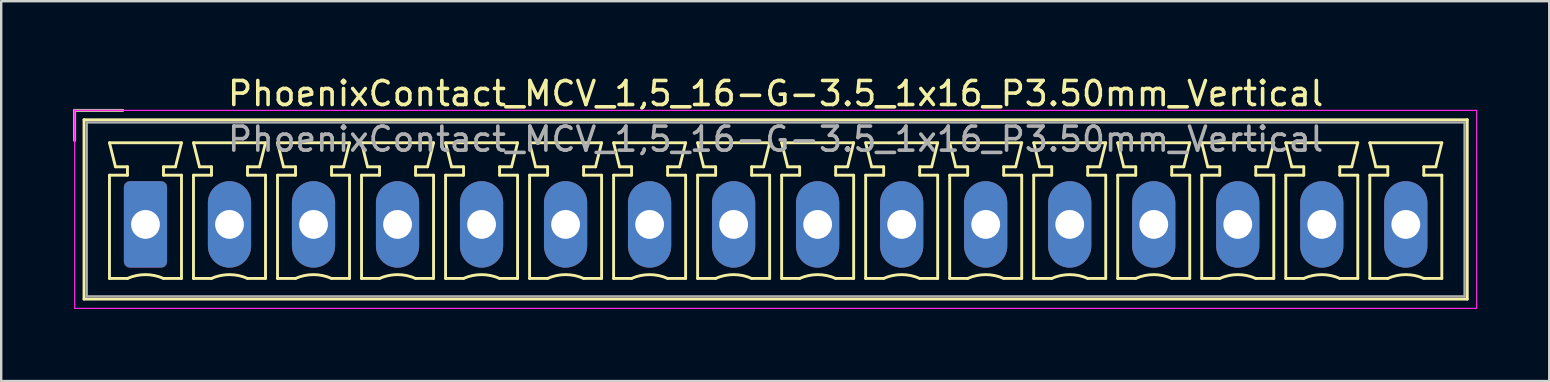
<source format=kicad_pcb>
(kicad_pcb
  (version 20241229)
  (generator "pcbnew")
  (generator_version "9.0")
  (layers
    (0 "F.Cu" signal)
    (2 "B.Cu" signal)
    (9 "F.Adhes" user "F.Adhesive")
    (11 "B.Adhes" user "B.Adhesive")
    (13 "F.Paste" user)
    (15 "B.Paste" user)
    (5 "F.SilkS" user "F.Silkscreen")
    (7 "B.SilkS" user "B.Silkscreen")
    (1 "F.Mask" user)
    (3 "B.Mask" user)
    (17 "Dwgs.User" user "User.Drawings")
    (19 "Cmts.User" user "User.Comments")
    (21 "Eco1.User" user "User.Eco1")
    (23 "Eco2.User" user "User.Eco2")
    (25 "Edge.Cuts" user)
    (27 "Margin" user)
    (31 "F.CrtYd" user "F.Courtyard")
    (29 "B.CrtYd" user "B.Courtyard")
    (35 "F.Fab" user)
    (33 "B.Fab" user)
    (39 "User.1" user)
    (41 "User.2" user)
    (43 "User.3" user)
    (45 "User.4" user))
  (footprint "PhoenixContact_MCV_1,5_16-G-3.5_1x16_P3.50mm_Vertical"
    (layer "F.Cu")
    (at 3.01 6.298)
    (property "Reference" "PhoenixContact_MCV_1,5_16-G-3.5_1x16_P3.50mm_Vertical" (at 26.25 -5.45 0) (layer "F.SilkS") (effects (font (size 1 1) (thickness 0.15))))
    (attr through_hole)
    (fp_line (start -2.95 -4.75) (end -0.95 -4.75) (stroke (width 0.12) (type solid)) (layer "F.SilkS"))
    (fp_line (start -2.95 -3.5) (end -2.95 -4.75) (stroke (width 0.12) (type solid)) (layer "F.SilkS"))
    (fp_line (start -2.56 -4.36) (end -2.56 3.11) (stroke (width 0.12) (type solid)) (layer "F.SilkS"))
    (fp_line (start -2.56 3.11) (end 55.06 3.11) (stroke (width 0.12) (type solid)) (layer "F.SilkS"))
    (fp_line (start -1.5 -3.4) (end 1.5 -3.4) (stroke (width 0.12) (type solid)) (layer "F.SilkS"))
    (fp_line (start -1.5 -2.05) (end -0.75 -2.05) (stroke (width 0.12) (type solid)) (layer "F.SilkS"))
    (fp_line (start -1.5 2.25) (end -1.5 -2.05) (stroke (width 0.12) (type solid)) (layer "F.SilkS"))
    (fp_line (start -1.25 -2.4) (end -1.5 -3.4) (stroke (width 0.12) (type solid)) (layer "F.SilkS"))
    (fp_line (start -0.75 -2.4) (end -1.25 -2.4) (stroke (width 0.12) (type solid)) (layer "F.SilkS"))
    (fp_line (start -0.75 -2.05) (end -0.75 -2.4) (stroke (width 0.12) (type solid)) (layer "F.SilkS"))
    (fp_line (start -0.75 2.25) (end -1.5 2.25) (stroke (width 0.12) (type solid)) (layer "F.SilkS"))
    (fp_line (start 0.75 -2.4) (end 0.75 -2.05) (stroke (width 0.12) (type solid)) (layer "F.SilkS"))
    (fp_line (start 0.75 -2.05) (end 1.5 -2.05) (stroke (width 0.12) (type solid)) (layer "F.SilkS"))
    (fp_line (start 1.25 -2.4) (end 0.75 -2.4) (stroke (width 0.12) (type solid)) (layer "F.SilkS"))
    (fp_line (start 1.5 -3.4) (end 1.25 -2.4) (stroke (width 0.12) (type solid)) (layer "F.SilkS"))
    (fp_line (start 1.5 -2.05) (end 1.5 2.25) (stroke (width 0.12) (type solid)) (layer "F.SilkS"))
    (fp_line (start 1.5 2.25) (end 0.75 2.25) (stroke (width 0.12) (type solid)) (layer "F.SilkS"))
    (fp_line (start 2 -3.4) (end 5 -3.4) (stroke (width 0.12) (type solid)) (layer "F.SilkS"))
    (fp_line (start 2 -2.05) (end 2.75 -2.05) (stroke (width 0.12) (type solid)) (layer "F.SilkS"))
    (fp_line (start 2 2.25) (end 2 -2.05) (stroke (width 0.12) (type solid)) (layer "F.SilkS"))
    (fp_line (start 2.25 -2.4) (end 2 -3.4) (stroke (width 0.12) (type solid)) (layer "F.SilkS"))
    (fp_line (start 2.75 -2.4) (end 2.25 -2.4) (stroke (width 0.12) (type solid)) (layer "F.SilkS"))
    (fp_line (start 2.75 -2.05) (end 2.75 -2.4) (stroke (width 0.12) (type solid)) (layer "F.SilkS"))
    (fp_line (start 2.75 2.25) (end 2 2.25) (stroke (width 0.12) (type solid)) (layer "F.SilkS"))
    (fp_line (start 4.25 -2.4) (end 4.25 -2.05) (stroke (width 0.12) (type solid)) (layer "F.SilkS"))
    (fp_line (start 4.25 -2.05) (end 5 -2.05) (stroke (width 0.12) (type solid)) (layer "F.SilkS"))
    (fp_line (start 4.75 -2.4) (end 4.25 -2.4) (stroke (width 0.12) (type solid)) (layer "F.SilkS"))
    (fp_line (start 5 -3.4) (end 4.75 -2.4) (stroke (width 0.12) (type solid)) (layer "F.SilkS"))
    (fp_line (start 5 -2.05) (end 5 2.25) (stroke (width 0.12) (type solid)) (layer "F.SilkS"))
    (fp_line (start 5 2.25) (end 4.25 2.25) (stroke (width 0.12) (type solid)) (layer "F.SilkS"))
    (fp_line (start 5.5 -3.4) (end 8.5 -3.4) (stroke (width 0.12) (type solid)) (layer "F.SilkS"))
    (fp_line (start 5.5 -2.05) (end 6.25 -2.05) (stroke (width 0.12) (type solid)) (layer "F.SilkS"))
    (fp_line (start 5.5 2.25) (end 5.5 -2.05) (stroke (width 0.12) (type solid)) (layer "F.SilkS"))
    (fp_line (start 5.75 -2.4) (end 5.5 -3.4) (stroke (width 0.12) (type solid)) (layer "F.SilkS"))
    (fp_line (start 6.25 -2.4) (end 5.75 -2.4) (stroke (width 0.12) (type solid)) (layer "F.SilkS"))
    (fp_line (start 6.25 -2.05) (end 6.25 -2.4) (stroke (width 0.12) (type solid)) (layer "F.SilkS"))
    (fp_line (start 6.25 2.25) (end 5.5 2.25) (stroke (width 0.12) (type solid)) (layer "F.SilkS"))
    (fp_line (start 7.75 -2.4) (end 7.75 -2.05) (stroke (width 0.12) (type solid)) (layer "F.SilkS"))
    (fp_line (start 7.75 -2.05) (end 8.5 -2.05) (stroke (width 0.12) (type solid)) (layer "F.SilkS"))
    (fp_line (start 8.25 -2.4) (end 7.75 -2.4) (stroke (width 0.12) (type solid)) (layer "F.SilkS"))
    (fp_line (start 8.5 -3.4) (end 8.25 -2.4) (stroke (width 0.12) (type solid)) (layer "F.SilkS"))
    (fp_line (start 8.5 -2.05) (end 8.5 2.25) (stroke (width 0.12) (type solid)) (layer "F.SilkS"))
    (fp_line (start 8.5 2.25) (end 7.75 2.25) (stroke (width 0.12) (type solid)) (layer "F.SilkS"))
    (fp_line (start 9 -3.4) (end 12 -3.4) (stroke (width 0.12) (type solid)) (layer "F.SilkS"))
    (fp_line (start 9 -2.05) (end 9.75 -2.05) (stroke (width 0.12) (type solid)) (layer "F.SilkS"))
    (fp_line (start 9 2.25) (end 9 -2.05) (stroke (width 0.12) (type solid)) (layer "F.SilkS"))
    (fp_line (start 9.25 -2.4) (end 9 -3.4) (stroke (width 0.12) (type solid)) (layer "F.SilkS"))
    (fp_line (start 9.75 -2.4) (end 9.25 -2.4) (stroke (width 0.12) (type solid)) (layer "F.SilkS"))
    (fp_line (start 9.75 -2.05) (end 9.75 -2.4) (stroke (width 0.12) (type solid)) (layer "F.SilkS"))
    (fp_line (start 9.75 2.25) (end 9 2.25) (stroke (width 0.12) (type solid)) (layer "F.SilkS"))
    (fp_line (start 11.25 -2.4) (end 11.25 -2.05) (stroke (width 0.12) (type solid)) (layer "F.SilkS"))
    (fp_line (start 11.25 -2.05) (end 12 -2.05) (stroke (width 0.12) (type solid)) (layer "F.SilkS"))
    (fp_line (start 11.75 -2.4) (end 11.25 -2.4) (stroke (width 0.12) (type solid)) (layer "F.SilkS"))
    (fp_line (start 12 -3.4) (end 11.75 -2.4) (stroke (width 0.12) (type solid)) (layer "F.SilkS"))
    (fp_line (start 12 -2.05) (end 12 2.25) (stroke (width 0.12) (type solid)) (layer "F.SilkS"))
    (fp_line (start 12 2.25) (end 11.25 2.25) (stroke (width 0.12) (type solid)) (layer "F.SilkS"))
    (fp_line (start 12.5 -3.4) (end 15.5 -3.4) (stroke (width 0.12) (type solid)) (layer "F.SilkS"))
    (fp_line (start 12.5 -2.05) (end 13.25 -2.05) (stroke (width 0.12) (type solid)) (layer "F.SilkS"))
    (fp_line (start 12.5 2.25) (end 12.5 -2.05) (stroke (width 0.12) (type solid)) (layer "F.SilkS"))
    (fp_line (start 12.75 -2.4) (end 12.5 -3.4) (stroke (width 0.12) (type solid)) (layer "F.SilkS"))
    (fp_line (start 13.25 -2.4) (end 12.75 -2.4) (stroke (width 0.12) (type solid)) (layer "F.SilkS"))
    (fp_line (start 13.25 -2.05) (end 13.25 -2.4) (stroke (width 0.12) (type solid)) (layer "F.SilkS"))
    (fp_line (start 13.25 2.25) (end 12.5 2.25) (stroke (width 0.12) (type solid)) (layer "F.SilkS"))
    (fp_line (start 14.75 -2.4) (end 14.75 -2.05) (stroke (width 0.12) (type solid)) (layer "F.SilkS"))
    (fp_line (start 14.75 -2.05) (end 15.5 -2.05) (stroke (width 0.12) (type solid)) (layer "F.SilkS"))
    (fp_line (start 15.25 -2.4) (end 14.75 -2.4) (stroke (width 0.12) (type solid)) (layer "F.SilkS"))
    (fp_line (start 15.5 -3.4) (end 15.25 -2.4) (stroke (width 0.12) (type solid)) (layer "F.SilkS"))
    (fp_line (start 15.5 -2.05) (end 15.5 2.25) (stroke (width 0.12) (type solid)) (layer "F.SilkS"))
    (fp_line (start 15.5 2.25) (end 14.75 2.25) (stroke (width 0.12) (type solid)) (layer "F.SilkS"))
    (fp_line (start 16 -3.4) (end 19 -3.4) (stroke (width 0.12) (type solid)) (layer "F.SilkS"))
    (fp_line (start 16 -2.05) (end 16.75 -2.05) (stroke (width 0.12) (type solid)) (layer "F.SilkS"))
    (fp_line (start 16 2.25) (end 16 -2.05) (stroke (width 0.12) (type solid)) (layer "F.SilkS"))
    (fp_line (start 16.25 -2.4) (end 16 -3.4) (stroke (width 0.12) (type solid)) (layer "F.SilkS"))
    (fp_line (start 16.75 -2.4) (end 16.25 -2.4) (stroke (width 0.12) (type solid)) (layer "F.SilkS"))
    (fp_line (start 16.75 -2.05) (end 16.75 -2.4) (stroke (width 0.12) (type solid)) (layer "F.SilkS"))
    (fp_line (start 16.75 2.25) (end 16 2.25) (stroke (width 0.12) (type solid)) (layer "F.SilkS"))
    (fp_line (start 18.25 -2.4) (end 18.25 -2.05) (stroke (width 0.12) (type solid)) (layer "F.SilkS"))
    (fp_line (start 18.25 -2.05) (end 19 -2.05) (stroke (width 0.12) (type solid)) (layer "F.SilkS"))
    (fp_line (start 18.75 -2.4) (end 18.25 -2.4) (stroke (width 0.12) (type solid)) (layer "F.SilkS"))
    (fp_line (start 19 -3.4) (end 18.75 -2.4) (stroke (width 0.12) (type solid)) (layer "F.SilkS"))
    (fp_line (start 19 -2.05) (end 19 2.25) (stroke (width 0.12) (type solid)) (layer "F.SilkS"))
    (fp_line (start 19 2.25) (end 18.25 2.25) (stroke (width 0.12) (type solid)) (layer "F.SilkS"))
    (fp_line (start 19.5 -3.4) (end 22.5 -3.4) (stroke (width 0.12) (type solid)) (layer "F.SilkS"))
    (fp_line (start 19.5 -2.05) (end 20.25 -2.05) (stroke (width 0.12) (type solid)) (layer "F.SilkS"))
    (fp_line (start 19.5 2.25) (end 19.5 -2.05) (stroke (width 0.12) (type solid)) (layer "F.SilkS"))
    (fp_line (start 19.75 -2.4) (end 19.5 -3.4) (stroke (width 0.12) (type solid)) (layer "F.SilkS"))
    (fp_line (start 20.25 -2.4) (end 19.75 -2.4) (stroke (width 0.12) (type solid)) (layer "F.SilkS"))
    (fp_line (start 20.25 -2.05) (end 20.25 -2.4) (stroke (width 0.12) (type solid)) (layer "F.SilkS"))
    (fp_line (start 20.25 2.25) (end 19.5 2.25) (stroke (width 0.12) (type solid)) (layer "F.SilkS"))
    (fp_line (start 21.75 -2.4) (end 21.75 -2.05) (stroke (width 0.12) (type solid)) (layer "F.SilkS"))
    (fp_line (start 21.75 -2.05) (end 22.5 -2.05) (stroke (width 0.12) (type solid)) (layer "F.SilkS"))
    (fp_line (start 22.25 -2.4) (end 21.75 -2.4) (stroke (width 0.12) (type solid)) (layer "F.SilkS"))
    (fp_line (start 22.5 -3.4) (end 22.25 -2.4) (stroke (width 0.12) (type solid)) (layer "F.SilkS"))
    (fp_line (start 22.5 -2.05) (end 22.5 2.25) (stroke (width 0.12) (type solid)) (layer "F.SilkS"))
    (fp_line (start 22.5 2.25) (end 21.75 2.25) (stroke (width 0.12) (type solid)) (layer "F.SilkS"))
    (fp_line (start 23 -3.4) (end 26 -3.4) (stroke (width 0.12) (type solid)) (layer "F.SilkS"))
    (fp_line (start 23 -2.05) (end 23.75 -2.05) (stroke (width 0.12) (type solid)) (layer "F.SilkS"))
    (fp_line (start 23 2.25) (end 23 -2.05) (stroke (width 0.12) (type solid)) (layer "F.SilkS"))
    (fp_line (start 23.25 -2.4) (end 23 -3.4) (stroke (width 0.12) (type solid)) (layer "F.SilkS"))
    (fp_line (start 23.75 -2.4) (end 23.25 -2.4) (stroke (width 0.12) (type solid)) (layer "F.SilkS"))
    (fp_line (start 23.75 -2.05) (end 23.75 -2.4) (stroke (width 0.12) (type solid)) (layer "F.SilkS"))
    (fp_line (start 23.75 2.25) (end 23 2.25) (stroke (width 0.12) (type solid)) (layer "F.SilkS"))
    (fp_line (start 25.25 -2.4) (end 25.25 -2.05) (stroke (width 0.12) (type solid)) (layer "F.SilkS"))
    (fp_line (start 25.25 -2.05) (end 26 -2.05) (stroke (width 0.12) (type solid)) (layer "F.SilkS"))
    (fp_line (start 25.75 -2.4) (end 25.25 -2.4) (stroke (width 0.12) (type solid)) (layer "F.SilkS"))
    (fp_line (start 26 -3.4) (end 25.75 -2.4) (stroke (width 0.12) (type solid)) (layer "F.SilkS"))
    (fp_line (start 26 -2.05) (end 26 2.25) (stroke (width 0.12) (type solid)) (layer "F.SilkS"))
    (fp_line (start 26 2.25) (end 25.25 2.25) (stroke (width 0.12) (type solid)) (layer "F.SilkS"))
    (fp_line (start 26.5 -3.4) (end 29.5 -3.4) (stroke (width 0.12) (type solid)) (layer "F.SilkS"))
    (fp_line (start 26.5 -2.05) (end 27.25 -2.05) (stroke (width 0.12) (type solid)) (layer "F.SilkS"))
    (fp_line (start 26.5 2.25) (end 26.5 -2.05) (stroke (width 0.12) (type solid)) (layer "F.SilkS"))
    (fp_line (start 26.75 -2.4) (end 26.5 -3.4) (stroke (width 0.12) (type solid)) (layer "F.SilkS"))
    (fp_line (start 27.25 -2.4) (end 26.75 -2.4) (stroke (width 0.12) (type solid)) (layer "F.SilkS"))
    (fp_line (start 27.25 -2.05) (end 27.25 -2.4) (stroke (width 0.12) (type solid)) (layer "F.SilkS"))
    (fp_line (start 27.25 2.25) (end 26.5 2.25) (stroke (width 0.12) (type solid)) (layer "F.SilkS"))
    (fp_line (start 28.75 -2.4) (end 28.75 -2.05) (stroke (width 0.12) (type solid)) (layer "F.SilkS"))
    (fp_line (start 28.75 -2.05) (end 29.5 -2.05) (stroke (width 0.12) (type solid)) (layer "F.SilkS"))
    (fp_line (start 29.25 -2.4) (end 28.75 -2.4) (stroke (width 0.12) (type solid)) (layer "F.SilkS"))
    (fp_line (start 29.5 -3.4) (end 29.25 -2.4) (stroke (width 0.12) (type solid)) (layer "F.SilkS"))
    (fp_line (start 29.5 -2.05) (end 29.5 2.25) (stroke (width 0.12) (type solid)) (layer "F.SilkS"))
    (fp_line (start 29.5 2.25) (end 28.75 2.25) (stroke (width 0.12) (type solid)) (layer "F.SilkS"))
    (fp_line (start 30 -3.4) (end 33 -3.4) (stroke (width 0.12) (type solid)) (layer "F.SilkS"))
    (fp_line (start 30 -2.05) (end 30.75 -2.05) (stroke (width 0.12) (type solid)) (layer "F.SilkS"))
    (fp_line (start 30 2.25) (end 30 -2.05) (stroke (width 0.12) (type solid)) (layer "F.SilkS"))
    (fp_line (start 30.25 -2.4) (end 30 -3.4) (stroke (width 0.12) (type solid)) (layer "F.SilkS"))
    (fp_line (start 30.75 -2.4) (end 30.25 -2.4) (stroke (width 0.12) (type solid)) (layer "F.SilkS"))
    (fp_line (start 30.75 -2.05) (end 30.75 -2.4) (stroke (width 0.12) (type solid)) (layer "F.SilkS"))
    (fp_line (start 30.75 2.25) (end 30 2.25) (stroke (width 0.12) (type solid)) (layer "F.SilkS"))
    (fp_line (start 32.25 -2.4) (end 32.25 -2.05) (stroke (width 0.12) (type solid)) (layer "F.SilkS"))
    (fp_line (start 32.25 -2.05) (end 33 -2.05) (stroke (width 0.12) (type solid)) (layer "F.SilkS"))
    (fp_line (start 32.75 -2.4) (end 32.25 -2.4) (stroke (width 0.12) (type solid)) (layer "F.SilkS"))
    (fp_line (start 33 -3.4) (end 32.75 -2.4) (stroke (width 0.12) (type solid)) (layer "F.SilkS"))
    (fp_line (start 33 -2.05) (end 33 2.25) (stroke (width 0.12) (type solid)) (layer "F.SilkS"))
    (fp_line (start 33 2.25) (end 32.25 2.25) (stroke (width 0.12) (type solid)) (layer "F.SilkS"))
    (fp_line (start 33.5 -3.4) (end 36.5 -3.4) (stroke (width 0.12) (type solid)) (layer "F.SilkS"))
    (fp_line (start 33.5 -2.05) (end 34.25 -2.05) (stroke (width 0.12) (type solid)) (layer "F.SilkS"))
    (fp_line (start 33.5 2.25) (end 33.5 -2.05) (stroke (width 0.12) (type solid)) (layer "F.SilkS"))
    (fp_line (start 33.75 -2.4) (end 33.5 -3.4) (stroke (width 0.12) (type solid)) (layer "F.SilkS"))
    (fp_line (start 34.25 -2.4) (end 33.75 -2.4) (stroke (width 0.12) (type solid)) (layer "F.SilkS"))
    (fp_line (start 34.25 -2.05) (end 34.25 -2.4) (stroke (width 0.12) (type solid)) (layer "F.SilkS"))
    (fp_line (start 34.25 2.25) (end 33.5 2.25) (stroke (width 0.12) (type solid)) (layer "F.SilkS"))
    (fp_line (start 35.75 -2.4) (end 35.75 -2.05) (stroke (width 0.12) (type solid)) (layer "F.SilkS"))
    (fp_line (start 35.75 -2.05) (end 36.5 -2.05) (stroke (width 0.12) (type solid)) (layer "F.SilkS"))
    (fp_line (start 36.25 -2.4) (end 35.75 -2.4) (stroke (width 0.12) (type solid)) (layer "F.SilkS"))
    (fp_line (start 36.5 -3.4) (end 36.25 -2.4) (stroke (width 0.12) (type solid)) (layer "F.SilkS"))
    (fp_line (start 36.5 -2.05) (end 36.5 2.25) (stroke (width 0.12) (type solid)) (layer "F.SilkS"))
    (fp_line (start 36.5 2.25) (end 35.75 2.25) (stroke (width 0.12) (type solid)) (layer "F.SilkS"))
    (fp_line (start 37 -3.4) (end 40 -3.4) (stroke (width 0.12) (type solid)) (layer "F.SilkS"))
    (fp_line (start 37 -2.05) (end 37.75 -2.05) (stroke (width 0.12) (type solid)) (layer "F.SilkS"))
    (fp_line (start 37 2.25) (end 37 -2.05) (stroke (width 0.12) (type solid)) (layer "F.SilkS"))
    (fp_line (start 37.25 -2.4) (end 37 -3.4) (stroke (width 0.12) (type solid)) (layer "F.SilkS"))
    (fp_line (start 37.75 -2.4) (end 37.25 -2.4) (stroke (width 0.12) (type solid)) (layer "F.SilkS"))
    (fp_line (start 37.75 -2.05) (end 37.75 -2.4) (stroke (width 0.12) (type solid)) (layer "F.SilkS"))
    (fp_line (start 37.75 2.25) (end 37 2.25) (stroke (width 0.12) (type solid)) (layer "F.SilkS"))
    (fp_line (start 39.25 -2.4) (end 39.25 -2.05) (stroke (width 0.12) (type solid)) (layer "F.SilkS"))
    (fp_line (start 39.25 -2.05) (end 40 -2.05) (stroke (width 0.12) (type solid)) (layer "F.SilkS"))
    (fp_line (start 39.75 -2.4) (end 39.25 -2.4) (stroke (width 0.12) (type solid)) (layer "F.SilkS"))
    (fp_line (start 40 -3.4) (end 39.75 -2.4) (stroke (width 0.12) (type solid)) (layer "F.SilkS"))
    (fp_line (start 40 -2.05) (end 40 2.25) (stroke (width 0.12) (type solid)) (layer "F.SilkS"))
    (fp_line (start 40 2.25) (end 39.25 2.25) (stroke (width 0.12) (type solid)) (layer "F.SilkS"))
    (fp_line (start 40.5 -3.4) (end 43.5 -3.4) (stroke (width 0.12) (type solid)) (layer "F.SilkS"))
    (fp_line (start 40.5 -2.05) (end 41.25 -2.05) (stroke (width 0.12) (type solid)) (layer "F.SilkS"))
    (fp_line (start 40.5 2.25) (end 40.5 -2.05) (stroke (width 0.12) (type solid)) (layer "F.SilkS"))
    (fp_line (start 40.75 -2.4) (end 40.5 -3.4) (stroke (width 0.12) (type solid)) (layer "F.SilkS"))
    (fp_line (start 41.25 -2.4) (end 40.75 -2.4) (stroke (width 0.12) (type solid)) (layer "F.SilkS"))
    (fp_line (start 41.25 -2.05) (end 41.25 -2.4) (stroke (width 0.12) (type solid)) (layer "F.SilkS"))
    (fp_line (start 41.25 2.25) (end 40.5 2.25) (stroke (width 0.12) (type solid)) (layer "F.SilkS"))
    (fp_line (start 42.75 -2.4) (end 42.75 -2.05) (stroke (width 0.12) (type solid)) (layer "F.SilkS"))
    (fp_line (start 42.75 -2.05) (end 43.5 -2.05) (stroke (width 0.12) (type solid)) (layer "F.SilkS"))
    (fp_line (start 43.25 -2.4) (end 42.75 -2.4) (stroke (width 0.12) (type solid)) (layer "F.SilkS"))
    (fp_line (start 43.5 -3.4) (end 43.25 -2.4) (stroke (width 0.12) (type solid)) (layer "F.SilkS"))
    (fp_line (start 43.5 -2.05) (end 43.5 2.25) (stroke (width 0.12) (type solid)) (layer "F.SilkS"))
    (fp_line (start 43.5 2.25) (end 42.75 2.25) (stroke (width 0.12) (type solid)) (layer "F.SilkS"))
    (fp_line (start 44 -3.4) (end 47 -3.4) (stroke (width 0.12) (type solid)) (layer "F.SilkS"))
    (fp_line (start 44 -2.05) (end 44.75 -2.05) (stroke (width 0.12) (type solid)) (layer "F.SilkS"))
    (fp_line (start 44 2.25) (end 44 -2.05) (stroke (width 0.12) (type solid)) (layer "F.SilkS"))
    (fp_line (start 44.25 -2.4) (end 44 -3.4) (stroke (width 0.12) (type solid)) (layer "F.SilkS"))
    (fp_line (start 44.75 -2.4) (end 44.25 -2.4) (stroke (width 0.12) (type solid)) (layer "F.SilkS"))
    (fp_line (start 44.75 -2.05) (end 44.75 -2.4) (stroke (width 0.12) (type solid)) (layer "F.SilkS"))
    (fp_line (start 44.75 2.25) (end 44 2.25) (stroke (width 0.12) (type solid)) (layer "F.SilkS"))
    (fp_line (start 46.25 -2.4) (end 46.25 -2.05) (stroke (width 0.12) (type solid)) (layer "F.SilkS"))
    (fp_line (start 46.25 -2.05) (end 47 -2.05) (stroke (width 0.12) (type solid)) (layer "F.SilkS"))
    (fp_line (start 46.75 -2.4) (end 46.25 -2.4) (stroke (width 0.12) (type solid)) (layer "F.SilkS"))
    (fp_line (start 47 -3.4) (end 46.75 -2.4) (stroke (width 0.12) (type solid)) (layer "F.SilkS"))
    (fp_line (start 47 -2.05) (end 47 2.25) (stroke (width 0.12) (type solid)) (layer "F.SilkS"))
    (fp_line (start 47 2.25) (end 46.25 2.25) (stroke (width 0.12) (type solid)) (layer "F.SilkS"))
    (fp_line (start 47.5 -3.4) (end 50.5 -3.4) (stroke (width 0.12) (type solid)) (layer "F.SilkS"))
    (fp_line (start 47.5 -2.05) (end 48.25 -2.05) (stroke (width 0.12) (type solid)) (layer "F.SilkS"))
    (fp_line (start 47.5 2.25) (end 47.5 -2.05) (stroke (width 0.12) (type solid)) (layer "F.SilkS"))
    (fp_line (start 47.75 -2.4) (end 47.5 -3.4) (stroke (width 0.12) (type solid)) (layer "F.SilkS"))
    (fp_line (start 48.25 -2.4) (end 47.75 -2.4) (stroke (width 0.12) (type solid)) (layer "F.SilkS"))
    (fp_line (start 48.25 -2.05) (end 48.25 -2.4) (stroke (width 0.12) (type solid)) (layer "F.SilkS"))
    (fp_line (start 48.25 2.25) (end 47.5 2.25) (stroke (width 0.12) (type solid)) (layer "F.SilkS"))
    (fp_line (start 49.75 -2.4) (end 49.75 -2.05) (stroke (width 0.12) (type solid)) (layer "F.SilkS"))
    (fp_line (start 49.75 -2.05) (end 50.5 -2.05) (stroke (width 0.12) (type solid)) (layer "F.SilkS"))
    (fp_line (start 50.25 -2.4) (end 49.75 -2.4) (stroke (width 0.12) (type solid)) (layer "F.SilkS"))
    (fp_line (start 50.5 -3.4) (end 50.25 -2.4) (stroke (width 0.12) (type solid)) (layer "F.SilkS"))
    (fp_line (start 50.5 -2.05) (end 50.5 2.25) (stroke (width 0.12) (type solid)) (layer "F.SilkS"))
    (fp_line (start 50.5 2.25) (end 49.75 2.25) (stroke (width 0.12) (type solid)) (layer "F.SilkS"))
    (fp_line (start 51 -3.4) (end 54 -3.4) (stroke (width 0.12) (type solid)) (layer "F.SilkS"))
    (fp_line (start 51 -2.05) (end 51.75 -2.05) (stroke (width 0.12) (type solid)) (layer "F.SilkS"))
    (fp_line (start 51 2.25) (end 51 -2.05) (stroke (width 0.12) (type solid)) (layer "F.SilkS"))
    (fp_line (start 51.25 -2.4) (end 51 -3.4) (stroke (width 0.12) (type solid)) (layer "F.SilkS"))
    (fp_line (start 51.75 -2.4) (end 51.25 -2.4) (stroke (width 0.12) (type solid)) (layer "F.SilkS"))
    (fp_line (start 51.75 -2.05) (end 51.75 -2.4) (stroke (width 0.12) (type solid)) (layer "F.SilkS"))
    (fp_line (start 51.75 2.25) (end 51 2.25) (stroke (width 0.12) (type solid)) (layer "F.SilkS"))
    (fp_line (start 53.25 -2.4) (end 53.25 -2.05) (stroke (width 0.12) (type solid)) (layer "F.SilkS"))
    (fp_line (start 53.25 -2.05) (end 54 -2.05) (stroke (width 0.12) (type solid)) (layer "F.SilkS"))
    (fp_line (start 53.75 -2.4) (end 53.25 -2.4) (stroke (width 0.12) (type solid)) (layer "F.SilkS"))
    (fp_line (start 54 -3.4) (end 53.75 -2.4) (stroke (width 0.12) (type solid)) (layer "F.SilkS"))
    (fp_line (start 54 -2.05) (end 54 2.25) (stroke (width 0.12) (type solid)) (layer "F.SilkS"))
    (fp_line (start 54 2.25) (end 53.25 2.25) (stroke (width 0.12) (type solid)) (layer "F.SilkS"))
    (fp_line (start 55.06 -4.36) (end -2.56 -4.36) (stroke (width 0.12) (type solid)) (layer "F.SilkS"))
    (fp_line (start 55.06 3.11) (end 55.06 -4.36) (stroke (width 0.12) (type solid)) (layer "F.SilkS"))
    (fp_arc (start -0.75 2.25) (mid -0.000193 2.09191) (end 0.749647 2.249844) (stroke (width 0.12) (type solid)) (layer "F.SilkS"))
    (fp_arc (start 2.75 2.25) (mid 3.499807 2.09191) (end 4.249647 2.249844) (stroke (width 0.12) (type solid)) (layer "F.SilkS"))
    (fp_arc (start 6.25 2.25) (mid 6.999807 2.09191) (end 7.749647 2.249844) (stroke (width 0.12) (type solid)) (layer "F.SilkS"))
    (fp_arc (start 9.75 2.25) (mid 10.499807 2.09191) (end 11.249647 2.249844) (stroke (width 0.12) (type solid)) (layer "F.SilkS"))
    (fp_arc (start 13.25 2.25) (mid 13.999807 2.09191) (end 14.749647 2.249844) (stroke (width 0.12) (type solid)) (layer "F.SilkS"))
    (fp_arc (start 16.75 2.25) (mid 17.499807 2.09191) (end 18.249647 2.249844) (stroke (width 0.12) (type solid)) (layer "F.SilkS"))
    (fp_arc (start 20.25 2.25) (mid 20.999807 2.09191) (end 21.749647 2.249844) (stroke (width 0.12) (type solid)) (layer "F.SilkS"))
    (fp_arc (start 23.75 2.25) (mid 24.499807 2.09191) (end 25.249647 2.249844) (stroke (width 0.12) (type solid)) (layer "F.SilkS"))
    (fp_arc (start 27.25 2.25) (mid 27.999807 2.09191) (end 28.749647 2.249844) (stroke (width 0.12) (type solid)) (layer "F.SilkS"))
    (fp_arc (start 30.75 2.25) (mid 31.499807 2.09191) (end 32.249647 2.249844) (stroke (width 0.12) (type solid)) (layer "F.SilkS"))
    (fp_arc (start 34.25 2.25) (mid 34.999807 2.09191) (end 35.749647 2.249844) (stroke (width 0.12) (type solid)) (layer "F.SilkS"))
    (fp_arc (start 37.75 2.25) (mid 38.499807 2.09191) (end 39.249647 2.249844) (stroke (width 0.12) (type solid)) (layer "F.SilkS"))
    (fp_arc (start 41.25 2.25) (mid 41.999807 2.09191) (end 42.749647 2.249844) (stroke (width 0.12) (type solid)) (layer "F.SilkS"))
    (fp_arc (start 44.75 2.25) (mid 45.499807 2.09191) (end 46.249647 2.249844) (stroke (width 0.12) (type solid)) (layer "F.SilkS"))
    (fp_arc (start 48.25 2.25) (mid 48.999807 2.09191) (end 49.749647 2.249844) (stroke (width 0.12) (type solid)) (layer "F.SilkS"))
    (fp_arc (start 51.75 2.25) (mid 52.499807 2.09191) (end 53.249647 2.249844) (stroke (width 0.12) (type solid)) (layer "F.SilkS"))
    (fp_line (start -2.95 -4.75) (end -2.95 3.5) (stroke (width 0.05) (type solid)) (layer "F.CrtYd"))
    (fp_line (start -2.95 3.5) (end 55.45 3.5) (stroke (width 0.05) (type solid)) (layer "F.CrtYd"))
    (fp_line (start 55.45 -4.75) (end -2.95 -4.75) (stroke (width 0.05) (type solid)) (layer "F.CrtYd"))
    (fp_line (start 55.45 3.5) (end 55.45 -4.75) (stroke (width 0.05) (type solid)) (layer "F.CrtYd"))
    (fp_line (start -2.95 -4.75) (end -0.95 -4.75) (stroke (width 0.1) (type solid)) (layer "F.Fab"))
    (fp_line (start -2.95 -3.5) (end -2.95 -4.75) (stroke (width 0.1) (type solid)) (layer "F.Fab"))
    (fp_line (start -2.45 -4.25) (end -2.45 3) (stroke (width 0.1) (type solid)) (layer "F.Fab"))
    (fp_line (start -2.45 3) (end 54.95 3) (stroke (width 0.1) (type solid)) (layer "F.Fab"))
    (fp_line (start 54.95 -4.25) (end -2.45 -4.25) (stroke (width 0.1) (type solid)) (layer "F.Fab"))
    (fp_line (start 54.95 3) (end 54.95 -4.25) (stroke (width 0.1) (type solid)) (layer "F.Fab"))
    (fp_text user "${REFERENCE}" (at 26.25 -3.55 0) (layer "F.Fab") (effects (font (size 1 1) (thickness 0.15))))
    (pad "1" thru_hole roundrect (at 0 0) (size 1.8 3.6) (drill 1.2) (layers "*.Cu" "*.Mask") (roundrect_rratio 0.139))
    (pad "2" thru_hole oval (at 3.5 0) (size 1.8 3.6) (drill 1.2) (layers "*.Cu" "*.Mask"))
    (pad "3" thru_hole oval (at 7 0) (size 1.8 3.6) (drill 1.2) (layers "*.Cu" "*.Mask"))
    (pad "4" thru_hole oval (at 10.5 0) (size 1.8 3.6) (drill 1.2) (layers "*.Cu" "*.Mask"))
    (pad "5" thru_hole oval (at 14 0) (size 1.8 3.6) (drill 1.2) (layers "*.Cu" "*.Mask"))
    (pad "6" thru_hole oval (at 17.5 0) (size 1.8 3.6) (drill 1.2) (layers "*.Cu" "*.Mask"))
    (pad "7" thru_hole oval (at 21 0) (size 1.8 3.6) (drill 1.2) (layers "*.Cu" "*.Mask"))
    (pad "8" thru_hole oval (at 24.5 0) (size 1.8 3.6) (drill 1.2) (layers "*.Cu" "*.Mask"))
    (pad "9" thru_hole oval (at 28 0) (size 1.8 3.6) (drill 1.2) (layers "*.Cu" "*.Mask"))
    (pad "10" thru_hole oval (at 31.5 0) (size 1.8 3.6) (drill 1.2) (layers "*.Cu" "*.Mask"))
    (pad "11" thru_hole oval (at 35 0) (size 1.8 3.6) (drill 1.2) (layers "*.Cu" "*.Mask"))
    (pad "12" thru_hole oval (at 38.5 0) (size 1.8 3.6) (drill 1.2) (layers "*.Cu" "*.Mask"))
    (pad "13" thru_hole oval (at 42 0) (size 1.8 3.6) (drill 1.2) (layers "*.Cu" "*.Mask"))
    (pad "14" thru_hole oval (at 45.5 0) (size 1.8 3.6) (drill 1.2) (layers "*.Cu" "*.Mask"))
    (pad "15" thru_hole oval (at 49 0) (size 1.8 3.6) (drill 1.2) (layers "*.Cu" "*.Mask"))
    (pad "16" thru_hole oval (at 52.5 0) (size 1.8 3.6) (drill 1.2) (layers "*.Cu" "*.Mask")))
  (gr_rect
    (start -3 -3)
    (end 61.485 12.823)
    (stroke (width 0.1) (type default))
    (fill no)
    (layer "Edge.Cuts")))
</source>
